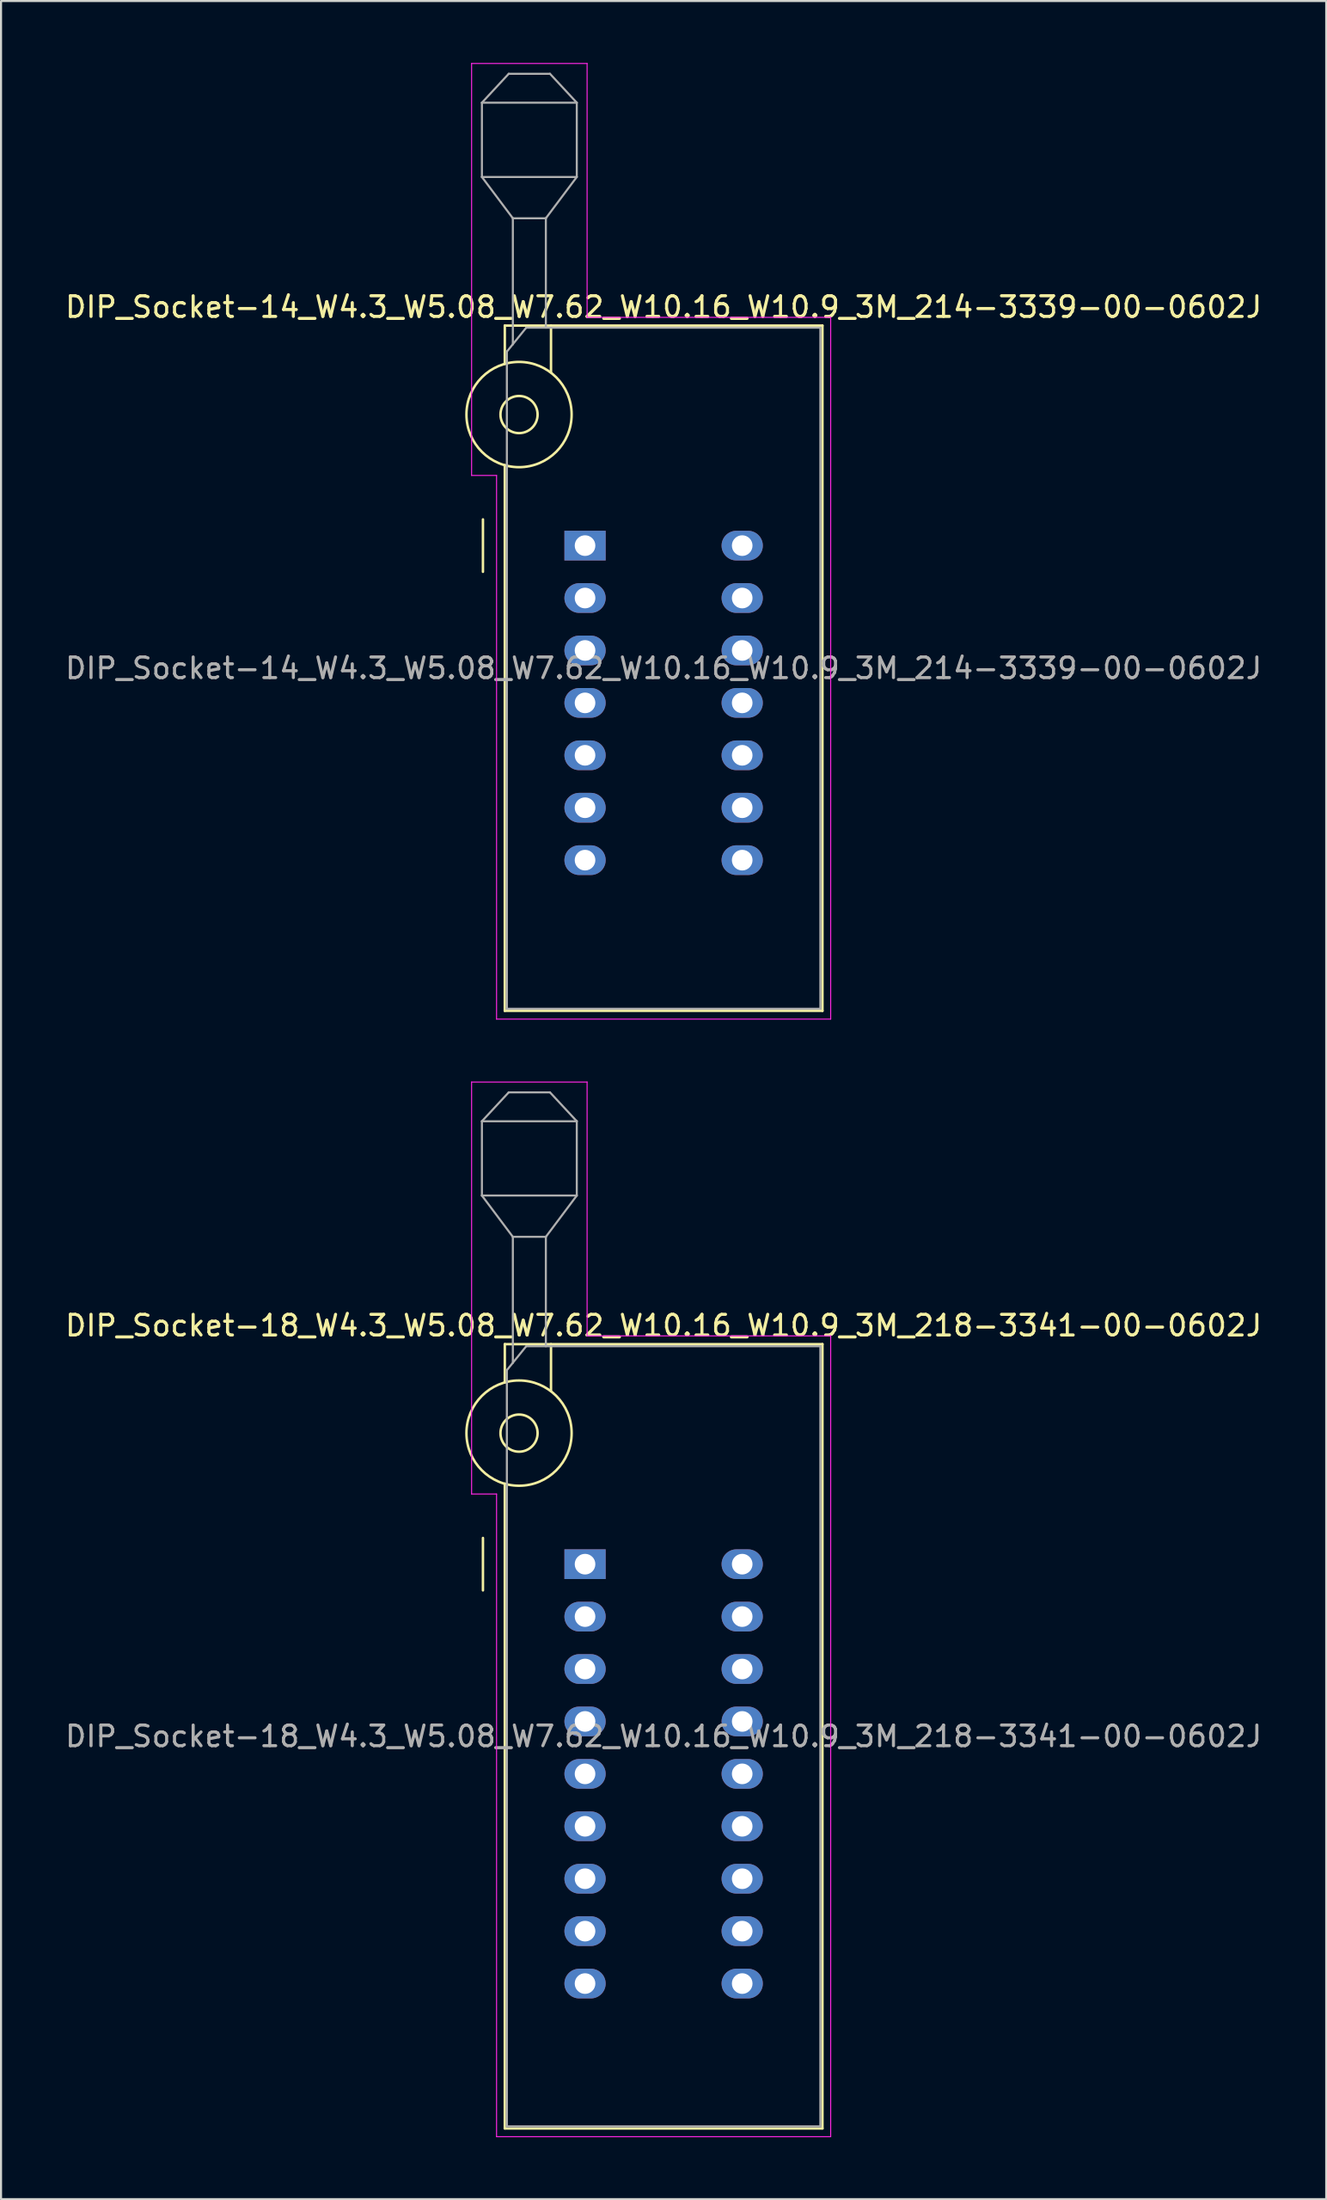
<source format=kicad_pcb>
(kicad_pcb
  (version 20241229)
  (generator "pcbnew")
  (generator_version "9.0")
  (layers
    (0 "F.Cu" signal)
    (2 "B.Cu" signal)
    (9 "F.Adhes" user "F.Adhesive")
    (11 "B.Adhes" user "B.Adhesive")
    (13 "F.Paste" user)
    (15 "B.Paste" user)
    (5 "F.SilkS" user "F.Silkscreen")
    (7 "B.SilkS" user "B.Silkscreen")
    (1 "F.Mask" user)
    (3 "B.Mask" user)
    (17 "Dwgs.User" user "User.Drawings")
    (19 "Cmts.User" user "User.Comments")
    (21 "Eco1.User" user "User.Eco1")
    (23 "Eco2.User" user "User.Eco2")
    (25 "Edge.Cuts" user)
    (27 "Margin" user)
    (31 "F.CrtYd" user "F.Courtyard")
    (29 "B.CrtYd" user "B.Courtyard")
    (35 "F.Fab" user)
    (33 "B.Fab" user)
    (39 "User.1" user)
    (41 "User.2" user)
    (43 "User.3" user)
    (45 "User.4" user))
  (footprint "DIP_Socket-14_W4.3_W5.08_W7.62_W10.16_W10.9_3M_214-3339-00-0602J"
    (layer "F.Cu")
    (at 25.315 23.385)
    (property "Reference" "DIP_Socket-14_W4.3_W5.08_W7.62_W10.16_W10.9_3M_214-3339-00-0602J" (at 3.81 -11.56 0) (layer "F.SilkS") (effects (font (size 1 1) (thickness 0.15))))
    (attr through_hole)
    (fp_line (start -4.95 1.27) (end -4.95 -1.27) (stroke (width 0.12) (type solid)) (layer "F.SilkS"))
    (fp_line (start -3.89 -10.66) (end -3.89 -8.8) (stroke (width 0.12) (type solid)) (layer "F.SilkS"))
    (fp_line (start -3.89 -3.9) (end -3.89 22.54) (stroke (width 0.12) (type solid)) (layer "F.SilkS"))
    (fp_line (start -3.89 22.54) (end 11.51 22.54) (stroke (width 0.12) (type solid)) (layer "F.SilkS"))
    (fp_line (start -1.65 -10.66) (end -1.65 -8.4) (stroke (width 0.12) (type solid)) (layer "F.SilkS"))
    (fp_line (start 11.51 -10.66) (end -3.89 -10.66) (stroke (width 0.12) (type solid)) (layer "F.SilkS"))
    (fp_line (start 11.51 22.54) (end 11.51 -10.66) (stroke (width 0.12) (type solid)) (layer "F.SilkS"))
    (fp_circle (center -3.2 -6.35) (end -2.3 -6.35) (stroke (width 0.12) (type solid)) (fill no) (layer "F.SilkS"))
    (fp_circle (center -3.2 -6.35) (end -0.65 -6.35) (stroke (width 0.12) (type solid)) (fill no) (layer "F.SilkS"))
    (fp_line (start -5.5 -23.36) (end 0.1 -23.36) (stroke (width 0.05) (type solid)) (layer "F.CrtYd"))
    (fp_line (start -5.5 -3.4) (end -5.5 -23.36) (stroke (width 0.05) (type solid)) (layer "F.CrtYd"))
    (fp_line (start -4.29 -3.4) (end -5.5 -3.4) (stroke (width 0.05) (type solid)) (layer "F.CrtYd"))
    (fp_line (start -4.29 22.94) (end -4.29 -3.4) (stroke (width 0.05) (type solid)) (layer "F.CrtYd"))
    (fp_line (start 0.1 -23.36) (end 0.1 -11.06) (stroke (width 0.05) (type solid)) (layer "F.CrtYd"))
    (fp_line (start 0.1 -11.06) (end 11.91 -11.06) (stroke (width 0.05) (type solid)) (layer "F.CrtYd"))
    (fp_line (start 11.91 -11.06) (end 11.91 22.94) (stroke (width 0.05) (type solid)) (layer "F.CrtYd"))
    (fp_line (start 11.91 22.94) (end -4.29 22.94) (stroke (width 0.05) (type solid)) (layer "F.CrtYd"))
    (fp_line (start -5 -21.46) (end -5 -17.86) (stroke (width 0.1) (type solid)) (layer "F.Fab"))
    (fp_line (start -5 -21.46) (end -3.7 -22.86) (stroke (width 0.1) (type solid)) (layer "F.Fab"))
    (fp_line (start -5 -17.86) (end -3.5 -15.86) (stroke (width 0.1) (type solid)) (layer "F.Fab"))
    (fp_line (start -5 -17.86) (end -0.4 -17.86) (stroke (width 0.1) (type solid)) (layer "F.Fab"))
    (fp_line (start -3.79 -9.4) (end -2.85 -10.56) (stroke (width 0.1) (type solid)) (layer "F.Fab"))
    (fp_line (start -3.79 22.44) (end -3.79 -9.4) (stroke (width 0.1) (type solid)) (layer "F.Fab"))
    (fp_line (start -3.7 -22.86) (end -1.7 -22.86) (stroke (width 0.1) (type solid)) (layer "F.Fab"))
    (fp_line (start -3.5 -15.86) (end -1.9 -15.86) (stroke (width 0.1) (type solid)) (layer "F.Fab"))
    (fp_line (start -3.5 -9.75) (end -3.5 -15.86) (stroke (width 0.1) (type solid)) (layer "F.Fab"))
    (fp_line (start -2.85 -10.56) (end 11.41 -10.56) (stroke (width 0.1) (type solid)) (layer "F.Fab"))
    (fp_line (start -1.9 -15.86) (end -1.9 -10.56) (stroke (width 0.1) (type solid)) (layer "F.Fab"))
    (fp_line (start -1.7 -22.86) (end -0.4 -21.46) (stroke (width 0.1) (type solid)) (layer "F.Fab"))
    (fp_line (start -0.4 -21.46) (end -5 -21.46) (stroke (width 0.1) (type solid)) (layer "F.Fab"))
    (fp_line (start -0.4 -17.86) (end -1.9 -15.86) (stroke (width 0.1) (type solid)) (layer "F.Fab"))
    (fp_line (start -0.4 -17.86) (end -0.4 -21.46) (stroke (width 0.1) (type solid)) (layer "F.Fab"))
    (fp_line (start 11.41 -10.56) (end 11.41 22.44) (stroke (width 0.1) (type solid)) (layer "F.Fab"))
    (fp_line (start 11.41 22.44) (end -3.79 22.44) (stroke (width 0.1) (type solid)) (layer "F.Fab"))
    (fp_text user "${REFERENCE}" (at 3.81 5.94 0) (layer "F.Fab") (effects (font (size 1 1) (thickness 0.15))))
    (pad "1" thru_hole rect (at 0 0) (size 2 1.44) (drill 1) (layers "*.Cu" "*.Mask"))
    (pad "2" thru_hole oval (at 0 2.54) (size 2 1.44) (drill 1) (layers "*.Cu" "*.Mask"))
    (pad "3" thru_hole oval (at 0 5.08) (size 2 1.44) (drill 1) (layers "*.Cu" "*.Mask"))
    (pad "4" thru_hole oval (at 0 7.62) (size 2 1.44) (drill 1) (layers "*.Cu" "*.Mask"))
    (pad "5" thru_hole oval (at 0 10.16) (size 2 1.44) (drill 1) (layers "*.Cu" "*.Mask"))
    (pad "6" thru_hole oval (at 0 12.7) (size 2 1.44) (drill 1) (layers "*.Cu" "*.Mask"))
    (pad "7" thru_hole oval (at 0 15.24) (size 2 1.44) (drill 1) (layers "*.Cu" "*.Mask"))
    (pad "8" thru_hole oval (at 7.62 15.24) (size 2 1.44) (drill 1) (layers "*.Cu" "*.Mask"))
    (pad "9" thru_hole oval (at 7.62 12.7) (size 2 1.44) (drill 1) (layers "*.Cu" "*.Mask"))
    (pad "10" thru_hole oval (at 7.62 10.16) (size 2 1.44) (drill 1) (layers "*.Cu" "*.Mask"))
    (pad "11" thru_hole oval (at 7.62 7.62) (size 2 1.44) (drill 1) (layers "*.Cu" "*.Mask"))
    (pad "12" thru_hole oval (at 7.62 5.08) (size 2 1.44) (drill 1) (layers "*.Cu" "*.Mask"))
    (pad "13" thru_hole oval (at 7.62 2.54) (size 2 1.44) (drill 1) (layers "*.Cu" "*.Mask"))
    (pad "14" thru_hole oval (at 7.62 0) (size 2 1.44) (drill 1) (layers "*.Cu" "*.Mask")))
  (footprint "DIP_Socket-18_W4.3_W5.08_W7.62_W10.16_W10.9_3M_218-3341-00-0602J"
    (layer "F.Cu")
    (at 25.315 72.735)
    (property "Reference" "DIP_Socket-18_W4.3_W5.08_W7.62_W10.16_W10.9_3M_218-3341-00-0602J" (at 3.81 -11.56 0) (layer "F.SilkS") (effects (font (size 1 1) (thickness 0.15))))
    (attr through_hole)
    (fp_line (start -4.95 1.27) (end -4.95 -1.27) (stroke (width 0.12) (type solid)) (layer "F.SilkS"))
    (fp_line (start -3.89 -10.66) (end -3.89 -8.8) (stroke (width 0.12) (type solid)) (layer "F.SilkS"))
    (fp_line (start -3.89 -3.9) (end -3.89 27.34) (stroke (width 0.12) (type solid)) (layer "F.SilkS"))
    (fp_line (start -3.89 27.34) (end 11.51 27.34) (stroke (width 0.12) (type solid)) (layer "F.SilkS"))
    (fp_line (start -1.65 -10.66) (end -1.65 -8.4) (stroke (width 0.12) (type solid)) (layer "F.SilkS"))
    (fp_line (start 11.51 -10.66) (end -3.89 -10.66) (stroke (width 0.12) (type solid)) (layer "F.SilkS"))
    (fp_line (start 11.51 27.34) (end 11.51 -10.66) (stroke (width 0.12) (type solid)) (layer "F.SilkS"))
    (fp_circle (center -3.2 -6.35) (end -2.3 -6.35) (stroke (width 0.12) (type solid)) (fill no) (layer "F.SilkS"))
    (fp_circle (center -3.2 -6.35) (end -0.65 -6.35) (stroke (width 0.12) (type solid)) (fill no) (layer "F.SilkS"))
    (fp_line (start -5.5 -23.36) (end 0.1 -23.36) (stroke (width 0.05) (type solid)) (layer "F.CrtYd"))
    (fp_line (start -5.5 -3.4) (end -5.5 -23.36) (stroke (width 0.05) (type solid)) (layer "F.CrtYd"))
    (fp_line (start -4.29 -3.4) (end -5.5 -3.4) (stroke (width 0.05) (type solid)) (layer "F.CrtYd"))
    (fp_line (start -4.29 27.74) (end -4.29 -3.4) (stroke (width 0.05) (type solid)) (layer "F.CrtYd"))
    (fp_line (start 0.1 -23.36) (end 0.1 -11.06) (stroke (width 0.05) (type solid)) (layer "F.CrtYd"))
    (fp_line (start 0.1 -11.06) (end 11.91 -11.06) (stroke (width 0.05) (type solid)) (layer "F.CrtYd"))
    (fp_line (start 11.91 -11.06) (end 11.91 27.74) (stroke (width 0.05) (type solid)) (layer "F.CrtYd"))
    (fp_line (start 11.91 27.74) (end -4.29 27.74) (stroke (width 0.05) (type solid)) (layer "F.CrtYd"))
    (fp_line (start -5 -21.46) (end -5 -17.86) (stroke (width 0.1) (type solid)) (layer "F.Fab"))
    (fp_line (start -5 -21.46) (end -3.7 -22.86) (stroke (width 0.1) (type solid)) (layer "F.Fab"))
    (fp_line (start -5 -17.86) (end -3.5 -15.86) (stroke (width 0.1) (type solid)) (layer "F.Fab"))
    (fp_line (start -5 -17.86) (end -0.4 -17.86) (stroke (width 0.1) (type solid)) (layer "F.Fab"))
    (fp_line (start -3.79 -9.4) (end -2.85 -10.56) (stroke (width 0.1) (type solid)) (layer "F.Fab"))
    (fp_line (start -3.79 27.24) (end -3.79 -9.4) (stroke (width 0.1) (type solid)) (layer "F.Fab"))
    (fp_line (start -3.7 -22.86) (end -1.7 -22.86) (stroke (width 0.1) (type solid)) (layer "F.Fab"))
    (fp_line (start -3.5 -15.86) (end -1.9 -15.86) (stroke (width 0.1) (type solid)) (layer "F.Fab"))
    (fp_line (start -3.5 -9.75) (end -3.5 -15.86) (stroke (width 0.1) (type solid)) (layer "F.Fab"))
    (fp_line (start -2.85 -10.56) (end 11.41 -10.56) (stroke (width 0.1) (type solid)) (layer "F.Fab"))
    (fp_line (start -1.9 -15.86) (end -1.9 -10.56) (stroke (width 0.1) (type solid)) (layer "F.Fab"))
    (fp_line (start -1.7 -22.86) (end -0.4 -21.46) (stroke (width 0.1) (type solid)) (layer "F.Fab"))
    (fp_line (start -0.4 -21.46) (end -5 -21.46) (stroke (width 0.1) (type solid)) (layer "F.Fab"))
    (fp_line (start -0.4 -17.86) (end -1.9 -15.86) (stroke (width 0.1) (type solid)) (layer "F.Fab"))
    (fp_line (start -0.4 -17.86) (end -0.4 -21.46) (stroke (width 0.1) (type solid)) (layer "F.Fab"))
    (fp_line (start 11.41 -10.56) (end 11.41 27.24) (stroke (width 0.1) (type solid)) (layer "F.Fab"))
    (fp_line (start 11.41 27.24) (end -3.79 27.24) (stroke (width 0.1) (type solid)) (layer "F.Fab"))
    (fp_text user "${REFERENCE}" (at 3.81 8.34 0) (layer "F.Fab") (effects (font (size 1 1) (thickness 0.15))))
    (pad "1" thru_hole rect (at 0 0) (size 2 1.44) (drill 1) (layers "*.Cu" "*.Mask"))
    (pad "2" thru_hole oval (at 0 2.54) (size 2 1.44) (drill 1) (layers "*.Cu" "*.Mask"))
    (pad "3" thru_hole oval (at 0 5.08) (size 2 1.44) (drill 1) (layers "*.Cu" "*.Mask"))
    (pad "4" thru_hole oval (at 0 7.62) (size 2 1.44) (drill 1) (layers "*.Cu" "*.Mask"))
    (pad "5" thru_hole oval (at 0 10.16) (size 2 1.44) (drill 1) (layers "*.Cu" "*.Mask"))
    (pad "6" thru_hole oval (at 0 12.7) (size 2 1.44) (drill 1) (layers "*.Cu" "*.Mask"))
    (pad "7" thru_hole oval (at 0 15.24) (size 2 1.44) (drill 1) (layers "*.Cu" "*.Mask"))
    (pad "8" thru_hole oval (at 0 17.78) (size 2 1.44) (drill 1) (layers "*.Cu" "*.Mask"))
    (pad "9" thru_hole oval (at 0 20.32) (size 2 1.44) (drill 1) (layers "*.Cu" "*.Mask"))
    (pad "10" thru_hole oval (at 7.62 20.32) (size 2 1.44) (drill 1) (layers "*.Cu" "*.Mask"))
    (pad "11" thru_hole oval (at 7.62 17.78) (size 2 1.44) (drill 1) (layers "*.Cu" "*.Mask"))
    (pad "12" thru_hole oval (at 7.62 15.24) (size 2 1.44) (drill 1) (layers "*.Cu" "*.Mask"))
    (pad "13" thru_hole oval (at 7.62 12.7) (size 2 1.44) (drill 1) (layers "*.Cu" "*.Mask"))
    (pad "14" thru_hole oval (at 7.62 10.16) (size 2 1.44) (drill 1) (layers "*.Cu" "*.Mask"))
    (pad "15" thru_hole oval (at 7.62 7.62) (size 2 1.44) (drill 1) (layers "*.Cu" "*.Mask"))
    (pad "16" thru_hole oval (at 7.62 5.08) (size 2 1.44) (drill 1) (layers "*.Cu" "*.Mask"))
    (pad "17" thru_hole oval (at 7.62 2.54) (size 2 1.44) (drill 1) (layers "*.Cu" "*.Mask"))
    (pad "18" thru_hole oval (at 7.62 0) (size 2 1.44) (drill 1) (layers "*.Cu" "*.Mask")))
  (gr_rect
    (start -3 -3)
    (end 61.25 103.5)
    (stroke (width 0.1) (type default))
    (fill no)
    (layer "Edge.Cuts")))
</source>
